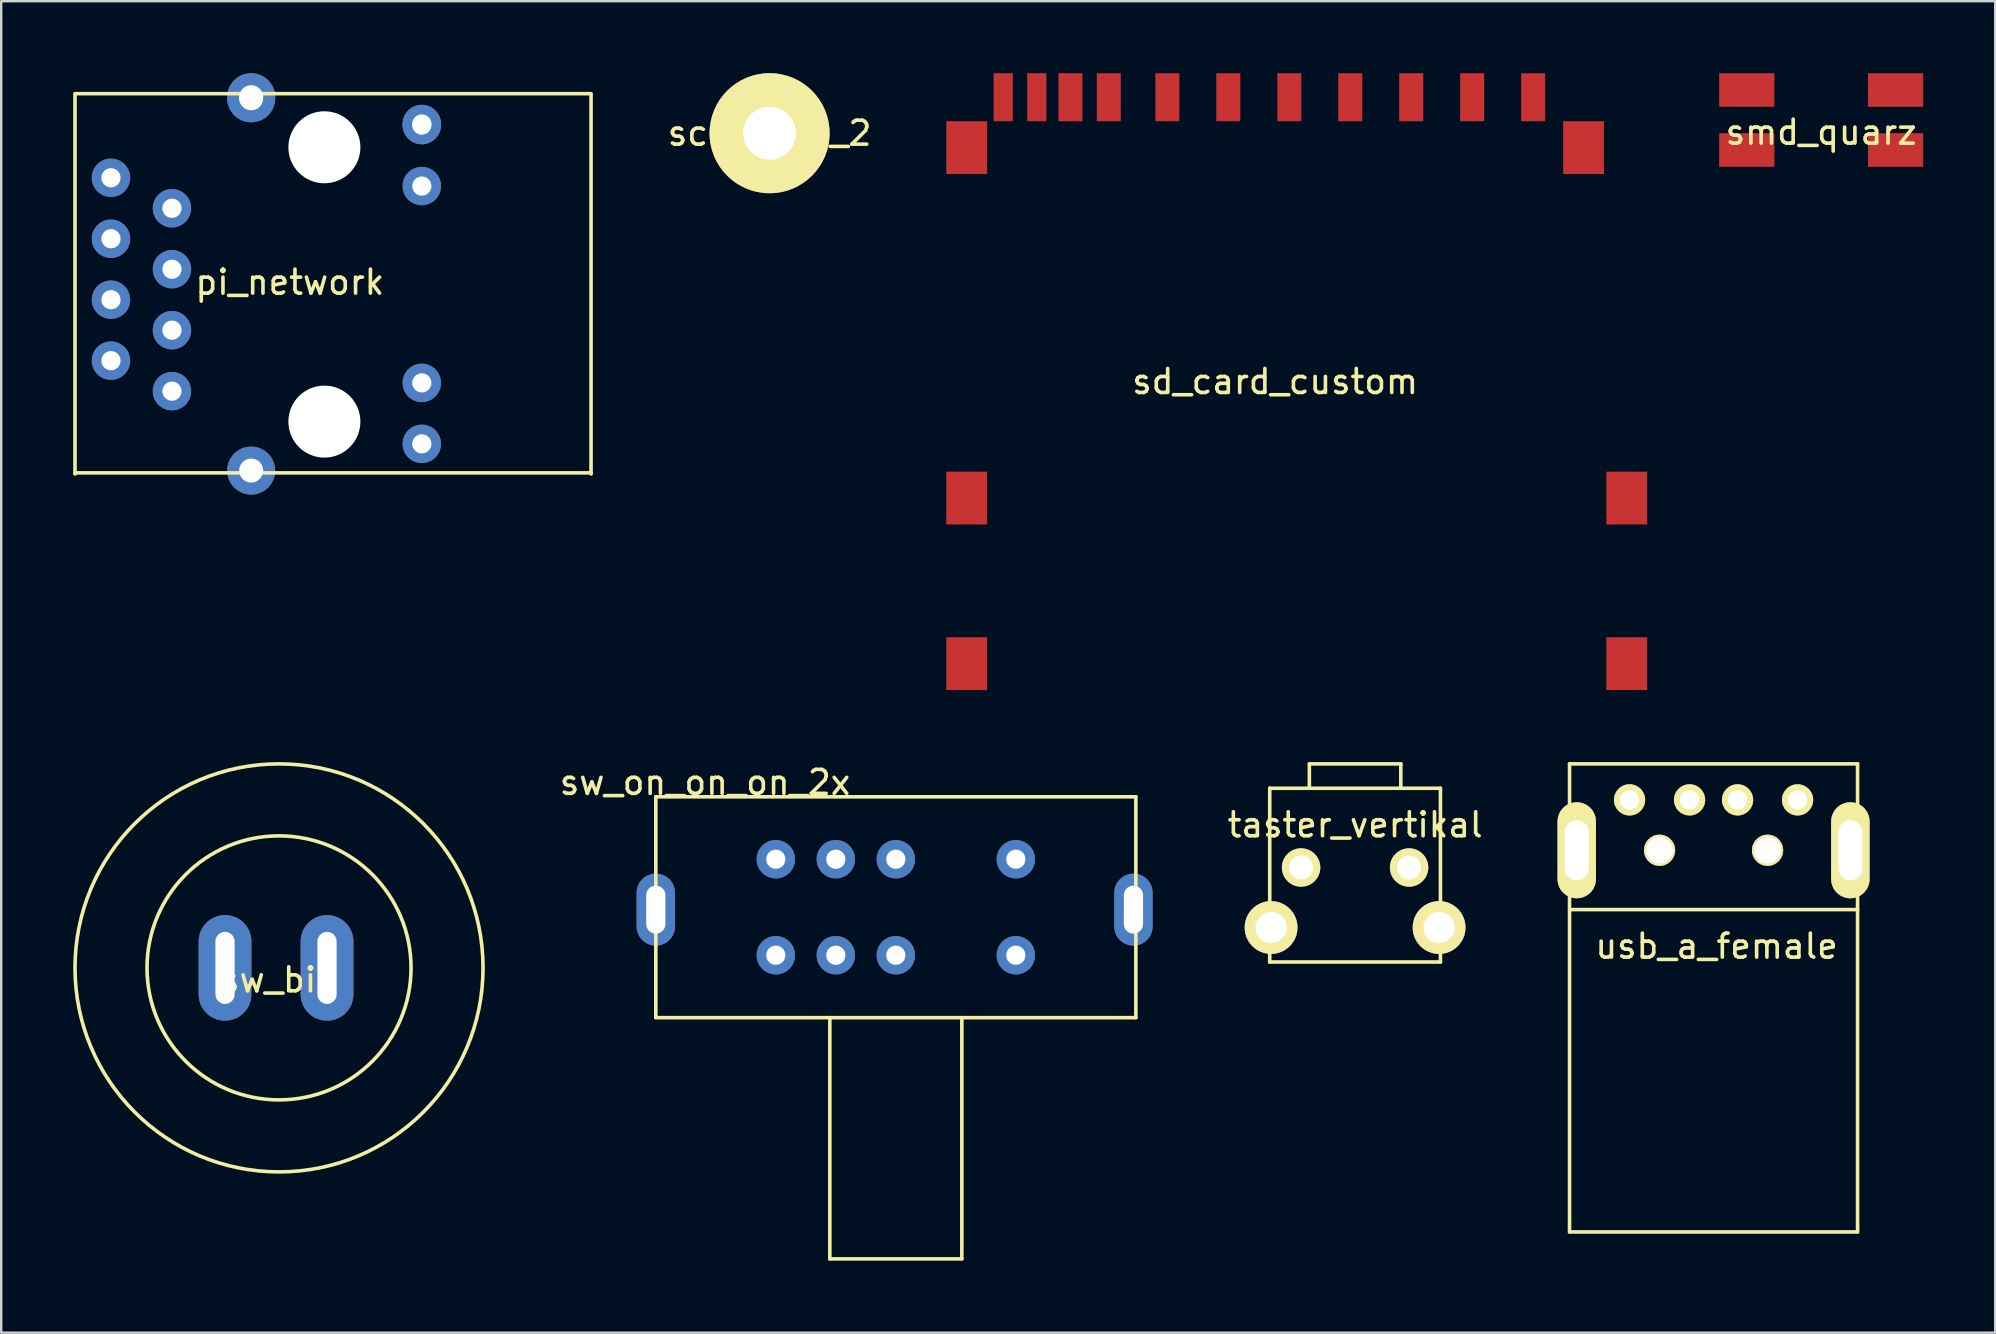
<source format=kicad_pcb>
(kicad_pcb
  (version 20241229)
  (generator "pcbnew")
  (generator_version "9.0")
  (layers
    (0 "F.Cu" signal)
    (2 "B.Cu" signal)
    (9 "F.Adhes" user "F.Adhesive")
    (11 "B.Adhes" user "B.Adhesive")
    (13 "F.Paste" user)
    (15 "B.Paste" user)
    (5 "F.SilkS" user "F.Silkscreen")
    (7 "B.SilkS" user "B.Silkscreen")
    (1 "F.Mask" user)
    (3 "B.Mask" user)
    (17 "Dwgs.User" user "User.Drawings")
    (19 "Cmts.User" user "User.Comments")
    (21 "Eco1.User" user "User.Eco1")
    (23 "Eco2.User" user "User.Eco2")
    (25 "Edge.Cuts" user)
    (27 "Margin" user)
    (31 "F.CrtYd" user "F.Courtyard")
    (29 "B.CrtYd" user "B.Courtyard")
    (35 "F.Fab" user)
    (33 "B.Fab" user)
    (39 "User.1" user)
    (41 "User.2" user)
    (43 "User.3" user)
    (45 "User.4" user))
  (footprint "taster_vertikal"
    (layer "F.Cu")
    (at 53.407 33.093)
    (property "Reference" "taster_vertikal" (at 0 -1.778 0) (layer "F.SilkS") (effects (font (size 1 1) (thickness 0.15))))
    (attr through_hole)
    (fp_line (start -3.556 -3.302) (end -3.556 3.937) (stroke (width 0.15) (type solid)) (layer "F.SilkS"))
    (fp_line (start -3.556 3.937) (end 3.556 3.937) (stroke (width 0.15) (type solid)) (layer "F.SilkS"))
    (fp_line (start -1.905 -4.318) (end 1.905 -4.318) (stroke (width 0.15) (type solid)) (layer "F.SilkS"))
    (fp_line (start -1.905 -3.302) (end -1.905 -4.318) (stroke (width 0.15) (type solid)) (layer "F.SilkS"))
    (fp_line (start 1.905 -4.318) (end 1.905 -3.302) (stroke (width 0.15) (type solid)) (layer "F.SilkS"))
    (fp_line (start 3.556 -3.302) (end -3.556 -3.302) (stroke (width 0.15) (type solid)) (layer "F.SilkS"))
    (fp_line (start 3.556 3.937) (end 3.556 -3.302) (stroke (width 0.15) (type solid)) (layer "F.SilkS"))
    (pad "" thru_hole circle (at -3.5 2.5) (size 2.2 2.2) (drill 1.3) (layers "*.Cu" "*.Mask" "F.SilkS"))
    (pad "" thru_hole circle (at 3.5 2.5) (size 2.2 2.2) (drill 1.3) (layers "*.Cu" "*.Mask" "F.SilkS"))
    (pad "1" thru_hole circle (at -2.25 0) (size 1.6 1.6) (drill 1) (layers "*.Cu" "*.Mask" "F.SilkS"))
    (pad "2" thru_hole circle (at 2.25 0) (size 1.6 1.6) (drill 1) (layers "*.Cu" "*.Mask" "F.SilkS")))
  (footprint "usb_a_female"
    (layer "F.Cu")
    (at 68.342 30.275)
    (property "Reference" "usb_a_female" (at 0.127 6.096 0) (layer "F.SilkS") (effects (font (size 1 1) (thickness 0.15))))
    (attr through_hole)
    (fp_line (start -6 -1.5) (end -6 18) (stroke (width 0.15) (type solid)) (layer "F.SilkS"))
    (fp_line (start -6 -1.5) (end 6 -1.5) (stroke (width 0.15) (type solid)) (layer "F.SilkS"))
    (fp_line (start -6 4.572) (end 6 4.572) (stroke (width 0.15) (type solid)) (layer "F.SilkS"))
    (fp_line (start -6 18) (end 6 18) (stroke (width 0.15) (type solid)) (layer "F.SilkS"))
    (fp_line (start 6 -1.5) (end 6 18) (stroke (width 0.15) (type solid)) (layer "F.SilkS"))
    (pad "" thru_hole circle (at -2.25 2.1) (size 1.3 1.3) (drill 1.1) (layers "*.Cu" "*.Mask" "F.SilkS"))
    (pad "" thru_hole circle (at 2.25 2.1) (size 1.3 1.3) (drill 1.1) (layers "*.Cu" "*.Mask" "F.SilkS"))
    (pad "1" thru_hole circle (at 3.5 0) (size 1.3 1.3) (drill 0.8) (layers "*.Cu" "*.Mask" "F.SilkS"))
    (pad "2" thru_hole circle (at 1 0) (size 1.3 1.3) (drill 0.8) (layers "*.Cu" "*.Mask" "F.SilkS"))
    (pad "3" thru_hole circle (at -1 0) (size 1.3 1.3) (drill 0.8) (layers "*.Cu" "*.Mask" "F.SilkS"))
    (pad "4" thru_hole circle (at -3.5 0) (size 1.3 1.3) (drill 0.8) (layers "*.Cu" "*.Mask" "F.SilkS"))
    (pad "5" thru_hole oval (at -5.7 2.1) (size 1.6 4) (drill oval 1 2.5) (layers "*.Cu" "*.Mask" "F.SilkS"))
    (pad "5" thru_hole oval (at 5.7 2.1) (size 1.6 4) (drill oval 1 2.5) (layers "*.Cu" "*.Mask" "F.SilkS")))
  (footprint "pi_network"
    (layer "F.Cu")
    (at 1.575 8.798)
    (property "Reference" "pi_network" (at 7.45 -0.091 0) (layer "F.SilkS") (effects (font (size 1 1) (thickness 0.15))))
    (attr through_hole)
    (fp_line (start -1.5 -7.946) (end 20 -7.946) (stroke (width 0.15) (type solid)) (layer "F.SilkS"))
    (fp_line (start -1.5 7.854) (end 20 7.854) (stroke (width 0.15) (type solid)) (layer "F.SilkS"))
    (fp_line (start -1.5 7.9) (end -1.5 -7.9) (stroke (width 0.15) (type solid)) (layer "F.SilkS"))
    (fp_line (start 20 7.9) (end 20 -7.9) (stroke (width 0.15) (type solid)) (layer "F.SilkS"))
    (pad "" thru_hole circle (at 5.84 -7.798) (size 2 2) (drill 1) (layers "*.Cu" "*.Mask"))
    (pad "" thru_hole circle (at 5.84 -7.752) (size 2 2) (drill 1) (layers "*.Cu" "*.Mask"))
    (pad "" thru_hole circle (at 5.84 7.758) (size 2 2) (drill 1) (layers "*.Cu" "*.Mask"))
    (pad "" np_thru_hole circle (at 8.89 -5.712) (size 3 3) (drill 3) (layers "*.Cu" "*.Mask"))
    (pad "" np_thru_hole circle (at 8.89 5.718) (size 3 3) (drill 3) (layers "*.Cu" "*.Mask"))
    (pad "N1" thru_hole circle (at 2.539 4.449) (size 1.6 1.6) (drill 0.8) (layers "*.Cu" "*.Mask"))
    (pad "N2" thru_hole circle (at -0.001 3.179) (size 1.6 1.6) (drill 0.8) (layers "*.Cu" "*.Mask"))
    (pad "N3" thru_hole circle (at 2.539 1.909) (size 1.6 1.6) (drill 0.8) (layers "*.Cu" "*.Mask"))
    (pad "N4" thru_hole circle (at -0.001 0.639) (size 1.6 1.6) (drill 0.8) (layers "*.Cu" "*.Mask"))
    (pad "N5" thru_hole circle (at 2.539 -0.631) (size 1.6 1.6) (drill 0.8) (layers "*.Cu" "*.Mask"))
    (pad "N6" thru_hole circle (at -0.001 -1.901) (size 1.6 1.6) (drill 0.8) (layers "*.Cu" "*.Mask"))
    (pad "N7" thru_hole circle (at 2.539 -3.171) (size 1.6 1.6) (drill 0.8) (layers "*.Cu" "*.Mask"))
    (pad "N8" thru_hole circle (at -0.001 -4.441) (size 1.6 1.6) (drill 0.8) (layers "*.Cu" "*.Mask"))
    (pad "N9" thru_hole circle (at 12.949 6.644) (size 1.6 1.6) (drill 0.8) (layers "*.Cu" "*.Mask"))
    (pad "N10" thru_hole circle (at 12.949 4.104) (size 1.6 1.6) (drill 0.8) (layers "*.Cu" "*.Mask"))
    (pad "N11" thru_hole circle (at 12.949 -4.096) (size 1.6 1.6) (drill 0.8) (layers "*.Cu" "*.Mask"))
    (pad "N12" thru_hole circle (at 12.949 -6.682) (size 1.6 1.6) (drill 0.8) (layers "*.Cu" "*.Mask"))
    (pad "N12" thru_hole circle (at 12.949 -6.636) (size 1.6 1.6) (drill 0.8) (layers "*.Cu" "*.Mask")))
  (footprint "schraube_2"
    (layer "F.Cu")
    (at 29.013 2.5)
    (property "Reference" "schraube_2" (at 0 0 0) (layer "F.SilkS") (effects (font (size 1 1) (thickness 0.15))))
    (attr through_hole)
    (pad "" thru_hole circle (at 0 0) (size 5 5) (drill 2.2) (layers "*.Cu" "*.Mask" "F.SilkS")))
  (footprint "sd_card_custom"
    (layer "F.Cu")
    (at 50.076 13.1)
    (property "Reference" "sd_card_custom" (at 0 -0.254 0) (layer "F.SilkS") (effects (font (size 1 1) (thickness 0.15))))
    (attr through_hole)
    (pad "1" smd rect (at 8.21 -12.1) (size 1 2) (layers "F.Cu" "F.Mask" "F.Paste"))
    (pad "2" smd rect (at 5.67 -12.1) (size 1 2) (layers "F.Cu" "F.Mask" "F.Paste"))
    (pad "3" smd rect (at 3.13 -12.1) (size 1 2) (layers "F.Cu" "F.Mask" "F.Paste"))
    (pad "4" smd rect (at 0.59 -12.1) (size 1 2) (layers "F.Cu" "F.Mask" "F.Paste"))
    (pad "5" smd rect (at -1.95 -12.1) (size 1 2) (layers "F.Cu" "F.Mask" "F.Paste"))
    (pad "6" smd rect (at -4.49 -12.1) (size 1 2) (layers "F.Cu" "F.Mask" "F.Paste"))
    (pad "7" smd rect (at -6.93 -12.1) (size 1 2) (layers "F.Cu" "F.Mask" "F.Paste"))
    (pad "8" smd rect (at -8.53 -12.1) (size 1 2) (layers "F.Cu" "F.Mask" "F.Paste"))
    (pad "9" smd rect (at 10.75 -12.1) (size 1 2) (layers "F.Cu" "F.Mask" "F.Paste"))
    (pad "10" smd rect (at -9.93 -12.1) (size 0.8 2) (layers "F.Cu" "F.Mask" "F.Paste"))
    (pad "11" smd rect (at -11.33 -12.1) (size 0.8 2) (layers "F.Cu" "F.Mask" "F.Paste"))
    (pad "12" smd rect (at -12.85 -10) (size 1.7 2.2) (layers "F.Cu" "F.Mask" "F.Paste"))
    (pad "12" smd rect (at -12.85 4.6) (size 1.7 2.2) (layers "F.Cu" "F.Mask" "F.Paste"))
    (pad "12" smd rect (at -12.85 11.5) (size 1.7 2.2) (layers "F.Cu" "F.Mask" "F.Paste"))
    (pad "13" smd rect (at 12.85 -10) (size 1.7 2.2) (layers "F.Cu" "F.Mask" "F.Paste"))
    (pad "13" smd rect (at 14.65 4.6) (size 1.7 2.2) (layers "F.Cu" "F.Mask" "F.Paste"))
    (pad "13" smd rect (at 14.65 11.5) (size 1.7 2.2) (layers "F.Cu" "F.Mask" "F.Paste")))
  (footprint "smd_quarz"
    (layer "F.Cu")
    (at 72.826 1.95)
    (property "Reference" "smd_quarz" (at 0 0.508 0) (layer "F.SilkS") (effects (font (size 1 1) (thickness 0.15))))
    (attr through_hole)
    (pad "" smd rect (at -3.1 -1.25) (size 2.3 1.4) (layers "F.Cu" "F.Mask" "F.Paste"))
    (pad "" smd rect (at 3.1 1.25) (size 2.3 1.4) (layers "F.Cu" "F.Mask" "F.Paste"))
    (pad "1" smd rect (at -3.1 1.25) (size 2.3 1.4) (layers "F.Cu" "F.Mask" "F.Paste"))
    (pad "2" smd rect (at 3.1 -1.25 180) (size 2.3 1.4) (layers "F.Cu" "F.Mask" "F.Paste")))
  (footprint "sw_on_on_on_2x"
    (layer "F.Cu")
    (at 34.273 34.748)
    (property "Reference" "sw_on_on_on_2x" (at -7.95 -5.2 0) (layer "F.SilkS") (effects (font (size 1 1) (thickness 0.15))))
    (attr through_hole)
    (fp_line (start -10 -4.6) (end 10 -4.6) (stroke (width 0.15) (type solid)) (layer "F.SilkS"))
    (fp_line (start -10 4.6) (end -10 -4.6) (stroke (width 0.15) (type solid)) (layer "F.SilkS"))
    (fp_line (start -10 4.6) (end 10 4.6) (stroke (width 0.15) (type solid)) (layer "F.SilkS"))
    (fp_line (start -2.75 4.6) (end -2.75 14.65) (stroke (width 0.15) (type solid)) (layer "F.SilkS"))
    (fp_line (start -2.75 14.65) (end 2.75 14.65) (stroke (width 0.15) (type solid)) (layer "F.SilkS"))
    (fp_line (start 2.75 14.65) (end 2.75 4.6) (stroke (width 0.15) (type solid)) (layer "F.SilkS"))
    (fp_line (start 10 4.6) (end 10 -4.6) (stroke (width 0.15) (type solid)) (layer "F.SilkS"))
    (pad "1" thru_hole circle (at 0 -2) (size 1.6 1.6) (drill 0.8) (layers "*.Cu" "*.Mask"))
    (pad "2" thru_hole circle (at -5 -2) (size 1.6 1.6) (drill 0.8) (layers "*.Cu" "*.Mask"))
    (pad "3" thru_hole circle (at -2.5 -2) (size 1.6 1.6) (drill 0.8) (layers "*.Cu" "*.Mask"))
    (pad "4" thru_hole circle (at 5 -2) (size 1.6 1.6) (drill 0.8) (layers "*.Cu" "*.Mask"))
    (pad "5" thru_hole circle (at 0 2) (size 1.6 1.6) (drill 0.8) (layers "*.Cu" "*.Mask"))
    (pad "6" thru_hole circle (at -5 2) (size 1.6 1.6) (drill 0.8) (layers "*.Cu" "*.Mask"))
    (pad "7" thru_hole circle (at -2.5 2) (size 1.6 1.6) (drill 0.8) (layers "*.Cu" "*.Mask"))
    (pad "8" thru_hole circle (at 5 2) (size 1.6 1.6) (drill 0.8) (layers "*.Cu" "*.Mask"))
    (pad "9" thru_hole oval (at -10 0.1) (size 1.6 3) (drill oval 0.8 2) (layers "*.Cu" "*.Mask"))
    (pad "9" thru_hole oval (at 9.9 0.1) (size 1.6 3) (drill oval 0.8 2) (layers "*.Cu" "*.Mask")))
  (footprint "sw_big"
    (layer "F.Cu")
    (at 8.575 37.275)
    (property "Reference" "sw_big" (at 0 0.5 0) (layer "F.SilkS") (effects (font (size 1 1) (thickness 0.15))))
    (attr through_hole)
    (fp_circle (center 0 0) (end 5.5 0) (stroke (width 0.15) (type solid)) (fill no) (layer "F.SilkS"))
    (fp_circle (center 0 0) (end 8.5 0) (stroke (width 0.15) (type solid)) (fill no) (layer "F.SilkS"))
    (pad "1" thru_hole oval (at -2.25 0) (size 2.2 4.4) (drill oval 0.8 3) (layers "*.Cu" "*.Mask"))
    (pad "2" thru_hole oval (at 2 0) (size 2.2 4.4) (drill oval 0.8 3) (layers "*.Cu" "*.Mask")))
  (gr_rect
    (start -3 -3)
    (end 80.076 52.473)
    (stroke (width 0.1) (type default))
    (fill no)
    (layer "Edge.Cuts")))
</source>
